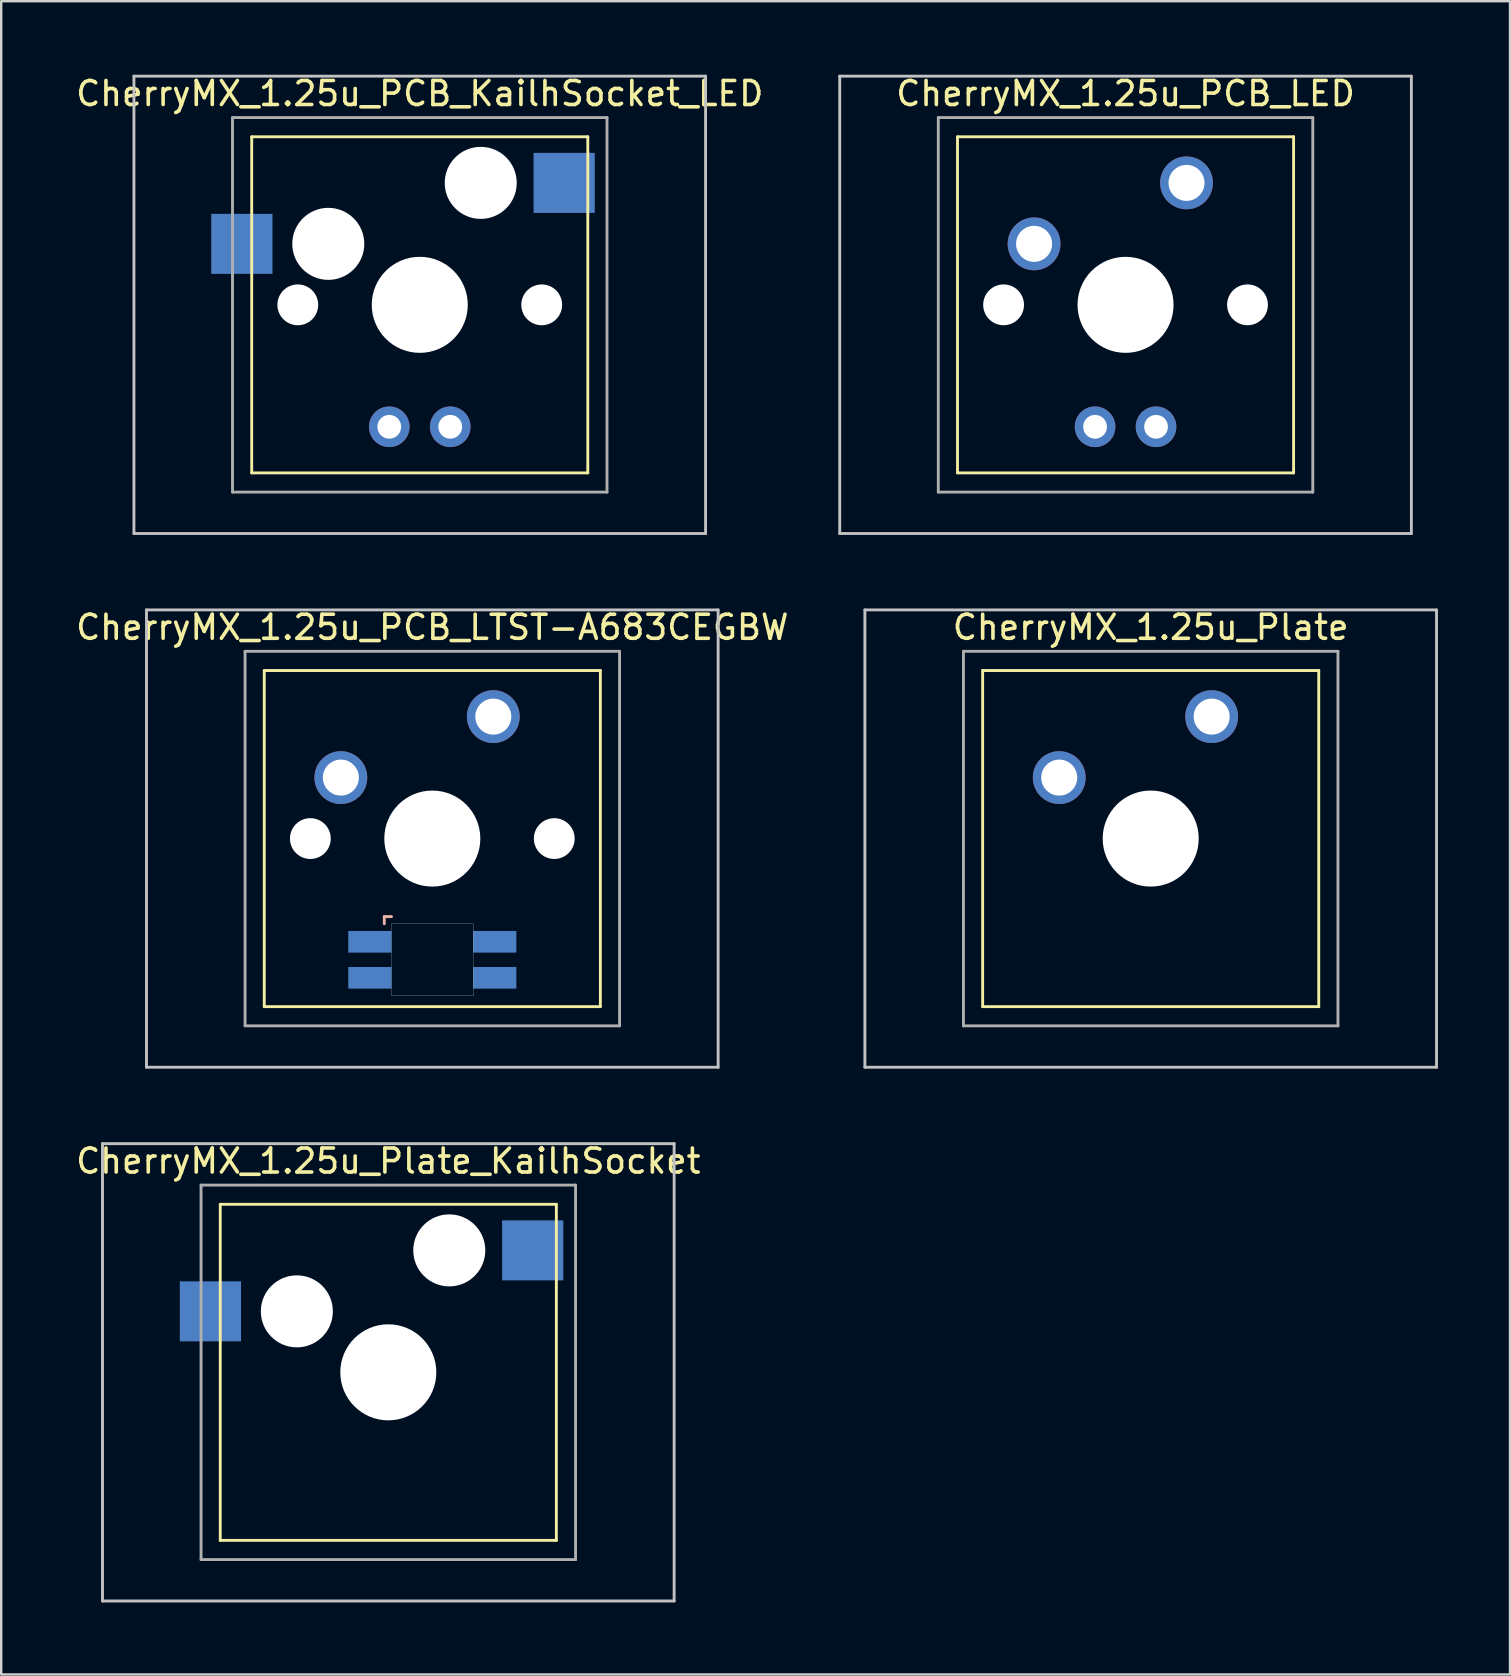
<source format=kicad_pcb>
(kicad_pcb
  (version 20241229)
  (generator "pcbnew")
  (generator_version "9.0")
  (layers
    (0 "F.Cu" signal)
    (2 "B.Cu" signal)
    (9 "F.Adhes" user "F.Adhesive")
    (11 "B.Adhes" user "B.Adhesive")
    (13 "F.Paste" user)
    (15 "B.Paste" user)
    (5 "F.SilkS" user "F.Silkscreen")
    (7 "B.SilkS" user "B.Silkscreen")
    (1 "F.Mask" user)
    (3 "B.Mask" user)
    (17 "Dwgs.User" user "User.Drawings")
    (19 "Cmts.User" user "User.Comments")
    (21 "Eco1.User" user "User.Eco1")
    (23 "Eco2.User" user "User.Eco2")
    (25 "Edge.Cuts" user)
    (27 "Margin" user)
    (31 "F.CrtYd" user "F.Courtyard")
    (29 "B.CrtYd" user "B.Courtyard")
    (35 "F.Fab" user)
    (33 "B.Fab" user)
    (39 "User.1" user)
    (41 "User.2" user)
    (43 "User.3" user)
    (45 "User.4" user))
  (footprint "CherryMX_1.25u_PCB_KailhSocket_LED"
    (layer "F.Cu")
    (at 14.435 9.648)
    (property "Reference" "CherryMX_1.25u_PCB_KailhSocket_LED" (at 0 -8.8 0) (layer "F.SilkS") (effects (font (size 1 1) (thickness 0.15))))
    (attr through_hole)
    (fp_line (start -7 -7) (end -7 7) (stroke (width 0.12) (type solid)) (layer "F.SilkS"))
    (fp_line (start -7 -7) (end 7 -7) (stroke (width 0.12) (type solid)) (layer "F.SilkS"))
    (fp_line (start 7 -7) (end 7 7) (stroke (width 0.12) (type solid)) (layer "F.SilkS"))
    (fp_line (start 7 7) (end -7 7) (stroke (width 0.12) (type solid)) (layer "F.SilkS"))
    (fp_line (start -11.906 -9.525) (end 11.906 -9.525) (stroke (width 0.12) (type solid)) (layer "Dwgs.User"))
    (fp_line (start -11.906 9.525) (end -11.906 -9.525) (stroke (width 0.12) (type solid)) (layer "Dwgs.User"))
    (fp_line (start 11.906 -9.525) (end 11.906 9.525) (stroke (width 0.12) (type solid)) (layer "Dwgs.User"))
    (fp_line (start 11.906 9.525) (end -11.906 9.525) (stroke (width 0.12) (type solid)) (layer "Dwgs.User"))
    (fp_line (start -7.8 -7.8) (end -7.8 7.8) (stroke (width 0.12) (type solid)) (layer "F.Fab"))
    (fp_line (start -7.8 -7.8) (end 7.8 -7.8) (stroke (width 0.12) (type solid)) (layer "F.Fab"))
    (fp_line (start -7.8 7.8) (end 7.8 7.8) (stroke (width 0.12) (type solid)) (layer "F.Fab"))
    (fp_line (start 7.8 -7.8) (end 7.8 7.8) (stroke (width 0.12) (type solid)) (layer "F.Fab"))
    (pad "" np_thru_hole circle (at -5.08 0) (size 1.7 1.7) (drill 1.7) (layers "*.Cu" "*.Mask"))
    (pad "" np_thru_hole circle (at -3.81 -2.54) (size 3 3) (drill 3) (layers "*.Cu" "*.Mask"))
    (pad "" np_thru_hole circle (at 0 0) (size 4 4) (drill 4) (layers "*.Cu" "*.Mask"))
    (pad "" np_thru_hole circle (at 2.54 -5.08) (size 3 3) (drill 3) (layers "*.Cu" "*.Mask"))
    (pad "" np_thru_hole circle (at 5.08 0) (size 1.7 1.7) (drill 1.7) (layers "*.Cu" "*.Mask"))
    (pad "1" smd rect (at -7.41 -2.54) (size 2.55 2.5) (layers "B.Cu" "B.Mask" "B.Paste"))
    (pad "2" smd rect (at 6.015 -5.08) (size 2.55 2.5) (layers "B.Cu" "B.Mask" "B.Paste"))
    (pad "3" thru_hole circle (at -1.27 5.08) (size 1.691 1.691) (drill 0.991) (layers "*.Cu" "*.Mask"))
    (pad "4" thru_hole circle (at 1.27 5.08) (size 1.691 1.691) (drill 0.991) (layers "*.Cu" "*.Mask")))
  (footprint "CherryMX_1.25u_Plate"
    (layer "F.Cu")
    (at 44.883 31.881)
    (property "Reference" "CherryMX_1.25u_Plate" (at 0 -8.8 0) (layer "F.SilkS") (effects (font (size 1 1) (thickness 0.15))))
    (attr through_hole)
    (fp_line (start -7 -7) (end -7 7) (stroke (width 0.12) (type solid)) (layer "F.SilkS"))
    (fp_line (start -7 -7) (end 7 -7) (stroke (width 0.12) (type solid)) (layer "F.SilkS"))
    (fp_line (start 7 -7) (end 7 7) (stroke (width 0.12) (type solid)) (layer "F.SilkS"))
    (fp_line (start 7 7) (end -7 7) (stroke (width 0.12) (type solid)) (layer "F.SilkS"))
    (fp_line (start -11.906 -9.525) (end 11.906 -9.525) (stroke (width 0.12) (type solid)) (layer "Dwgs.User"))
    (fp_line (start -11.906 9.525) (end -11.906 -9.525) (stroke (width 0.12) (type solid)) (layer "Dwgs.User"))
    (fp_line (start 11.906 -9.525) (end 11.906 9.525) (stroke (width 0.12) (type solid)) (layer "Dwgs.User"))
    (fp_line (start 11.906 9.525) (end -11.906 9.525) (stroke (width 0.12) (type solid)) (layer "Dwgs.User"))
    (fp_line (start -7.8 -7.8) (end -7.8 7.8) (stroke (width 0.12) (type solid)) (layer "F.Fab"))
    (fp_line (start -7.8 -7.8) (end 7.8 -7.8) (stroke (width 0.12) (type solid)) (layer "F.Fab"))
    (fp_line (start -7.8 7.8) (end 7.8 7.8) (stroke (width 0.12) (type solid)) (layer "F.Fab"))
    (fp_line (start 7.8 -7.8) (end 7.8 7.8) (stroke (width 0.12) (type solid)) (layer "F.Fab"))
    (pad "" np_thru_hole circle (at 0 0) (size 4 4) (drill 4) (layers "*.Cu" "*.Mask"))
    (pad "1" thru_hole circle (at -3.81 -2.54) (size 2.2 2.2) (drill 1.5) (layers "*.Cu" "*.Mask"))
    (pad "2" thru_hole circle (at 2.54 -5.08) (size 2.2 2.2) (drill 1.5) (layers "*.Cu" "*.Mask")))
  (footprint "CherryMX_1.25u_PCB_LED"
    (layer "F.Cu")
    (at 43.835 9.648)
    (property "Reference" "CherryMX_1.25u_PCB_LED" (at 0 -8.8 0) (layer "F.SilkS") (effects (font (size 1 1) (thickness 0.15))))
    (attr through_hole)
    (fp_line (start -7 -7) (end -7 7) (stroke (width 0.12) (type solid)) (layer "F.SilkS"))
    (fp_line (start -7 -7) (end 7 -7) (stroke (width 0.12) (type solid)) (layer "F.SilkS"))
    (fp_line (start 7 -7) (end 7 7) (stroke (width 0.12) (type solid)) (layer "F.SilkS"))
    (fp_line (start 7 7) (end -7 7) (stroke (width 0.12) (type solid)) (layer "F.SilkS"))
    (fp_line (start -11.906 -9.525) (end 11.906 -9.525) (stroke (width 0.12) (type solid)) (layer "Dwgs.User"))
    (fp_line (start -11.906 9.525) (end -11.906 -9.525) (stroke (width 0.12) (type solid)) (layer "Dwgs.User"))
    (fp_line (start 11.906 -9.525) (end 11.906 9.525) (stroke (width 0.12) (type solid)) (layer "Dwgs.User"))
    (fp_line (start 11.906 9.525) (end -11.906 9.525) (stroke (width 0.12) (type solid)) (layer "Dwgs.User"))
    (fp_line (start -7.8 -7.8) (end -7.8 7.8) (stroke (width 0.12) (type solid)) (layer "F.Fab"))
    (fp_line (start -7.8 -7.8) (end 7.8 -7.8) (stroke (width 0.12) (type solid)) (layer "F.Fab"))
    (fp_line (start -7.8 7.8) (end 7.8 7.8) (stroke (width 0.12) (type solid)) (layer "F.Fab"))
    (fp_line (start 7.8 -7.8) (end 7.8 7.8) (stroke (width 0.12) (type solid)) (layer "F.Fab"))
    (pad "" np_thru_hole circle (at -5.08 0) (size 1.7 1.7) (drill 1.7) (layers "*.Cu" "*.Mask"))
    (pad "" np_thru_hole circle (at 0 0) (size 4 4) (drill 4) (layers "*.Cu" "*.Mask"))
    (pad "" np_thru_hole circle (at 5.08 0) (size 1.7 1.7) (drill 1.7) (layers "*.Cu" "*.Mask"))
    (pad "1" thru_hole circle (at -3.81 -2.54) (size 2.2 2.2) (drill 1.5) (layers "*.Cu" "*.Mask"))
    (pad "2" thru_hole circle (at 2.54 -5.08) (size 2.2 2.2) (drill 1.5) (layers "*.Cu" "*.Mask"))
    (pad "3" thru_hole circle (at -1.27 5.08) (size 1.691 1.691) (drill 0.991) (layers "*.Cu" "*.Mask"))
    (pad "4" thru_hole circle (at 1.27 5.08) (size 1.691 1.691) (drill 0.991) (layers "*.Cu" "*.Mask")))
  (footprint "CherryMX_1.25u_PCB_LTST-A683CEGBW"
    (layer "F.Cu")
    (at 14.958 31.881)
    (property "Reference" "CherryMX_1.25u_PCB_LTST-A683CEGBW" (at 0 -8.8 0) (layer "F.SilkS") (effects (font (size 1 1) (thickness 0.15))))
    (attr through_hole)
    (fp_line (start -7 -7) (end -7 7) (stroke (width 0.12) (type solid)) (layer "F.SilkS"))
    (fp_line (start -7 -7) (end 7 -7) (stroke (width 0.12) (type solid)) (layer "F.SilkS"))
    (fp_line (start 7 -7) (end 7 7) (stroke (width 0.12) (type solid)) (layer "F.SilkS"))
    (fp_line (start 7 7) (end -7 7) (stroke (width 0.12) (type solid)) (layer "F.SilkS"))
    (fp_line (start -2 3.25) (end -2 3.55) (stroke (width 0.12) (type solid)) (layer "B.SilkS"))
    (fp_line (start -1.7 3.25) (end -2 3.25) (stroke (width 0.12) (type solid)) (layer "B.SilkS"))
    (fp_line (start -11.906 -9.525) (end 11.906 -9.525) (stroke (width 0.12) (type solid)) (layer "Dwgs.User"))
    (fp_line (start -11.906 9.525) (end -11.906 -9.525) (stroke (width 0.12) (type solid)) (layer "Dwgs.User"))
    (fp_line (start 11.906 -9.525) (end 11.906 9.525) (stroke (width 0.12) (type solid)) (layer "Dwgs.User"))
    (fp_line (start 11.906 9.525) (end -11.906 9.525) (stroke (width 0.12) (type solid)) (layer "Dwgs.User"))
    (fp_poly (pts (xy 1.7 6.55) (xy -1.7 6.55) (xy -1.7 3.55) (xy 1.7 3.55)) (stroke (width 0.01) (type solid)) (fill no) (layer "Edge.Cuts"))
    (fp_line (start -7.8 -7.8) (end -7.8 7.8) (stroke (width 0.12) (type solid)) (layer "F.Fab"))
    (fp_line (start -7.8 -7.8) (end 7.8 -7.8) (stroke (width 0.12) (type solid)) (layer "F.Fab"))
    (fp_line (start -7.8 7.8) (end 7.8 7.8) (stroke (width 0.12) (type solid)) (layer "F.Fab"))
    (fp_line (start 7.8 -7.8) (end 7.8 7.8) (stroke (width 0.12) (type solid)) (layer "F.Fab"))
    (pad "" np_thru_hole circle (at -5.08 0) (size 1.7 1.7) (drill 1.7) (layers "*.Cu" "*.Mask"))
    (pad "" np_thru_hole circle (at 0 0) (size 4 4) (drill 4) (layers "*.Cu" "*.Mask"))
    (pad "" np_thru_hole circle (at 5.08 0) (size 1.7 1.7) (drill 1.7) (layers "*.Cu" "*.Mask"))
    (pad "1" thru_hole circle (at -3.81 -2.54) (size 2.2 2.2) (drill 1.5) (layers "*.Cu" "*.Mask"))
    (pad "2" thru_hole circle (at 2.54 -5.08) (size 2.2 2.2) (drill 1.5) (layers "*.Cu" "*.Mask"))
    (pad "3" smd rect (at -2.6 4.3) (size 1.8 0.9) (layers "B.Cu" "B.Mask" "B.Paste"))
    (pad "4" smd rect (at -2.6 5.8) (size 1.8 0.9) (layers "B.Cu" "B.Mask" "B.Paste"))
    (pad "5" smd rect (at 2.6 4.3) (size 1.8 0.9) (layers "B.Cu" "B.Mask" "B.Paste"))
    (pad "6" smd rect (at 2.6 5.8) (size 1.8 0.9) (layers "B.Cu" "B.Mask" "B.Paste")))
  (footprint "CherryMX_1.25u_Plate_KailhSocket"
    (layer "F.Cu")
    (at 13.125 54.115)
    (property "Reference" "CherryMX_1.25u_Plate_KailhSocket" (at 0 -8.8 0) (layer "F.SilkS") (effects (font (size 1 1) (thickness 0.15))))
    (attr through_hole)
    (fp_line (start -7 -7) (end -7 7) (stroke (width 0.12) (type solid)) (layer "F.SilkS"))
    (fp_line (start -7 -7) (end 7 -7) (stroke (width 0.12) (type solid)) (layer "F.SilkS"))
    (fp_line (start 7 -7) (end 7 7) (stroke (width 0.12) (type solid)) (layer "F.SilkS"))
    (fp_line (start 7 7) (end -7 7) (stroke (width 0.12) (type solid)) (layer "F.SilkS"))
    (fp_line (start -11.906 -9.525) (end 11.906 -9.525) (stroke (width 0.12) (type solid)) (layer "Dwgs.User"))
    (fp_line (start -11.906 9.525) (end -11.906 -9.525) (stroke (width 0.12) (type solid)) (layer "Dwgs.User"))
    (fp_line (start 11.906 -9.525) (end 11.906 9.525) (stroke (width 0.12) (type solid)) (layer "Dwgs.User"))
    (fp_line (start 11.906 9.525) (end -11.906 9.525) (stroke (width 0.12) (type solid)) (layer "Dwgs.User"))
    (fp_line (start -7.8 -7.8) (end -7.8 7.8) (stroke (width 0.12) (type solid)) (layer "F.Fab"))
    (fp_line (start -7.8 -7.8) (end 7.8 -7.8) (stroke (width 0.12) (type solid)) (layer "F.Fab"))
    (fp_line (start -7.8 7.8) (end 7.8 7.8) (stroke (width 0.12) (type solid)) (layer "F.Fab"))
    (fp_line (start 7.8 -7.8) (end 7.8 7.8) (stroke (width 0.12) (type solid)) (layer "F.Fab"))
    (pad "" np_thru_hole circle (at -3.81 -2.54) (size 3 3) (drill 3) (layers "*.Cu" "*.Mask"))
    (pad "" np_thru_hole circle (at 0 0) (size 4 4) (drill 4) (layers "*.Cu" "*.Mask"))
    (pad "" np_thru_hole circle (at 2.54 -5.08) (size 3 3) (drill 3) (layers "*.Cu" "*.Mask"))
    (pad "1" smd rect (at -7.41 -2.54) (size 2.55 2.5) (layers "B.Cu" "B.Mask" "B.Paste"))
    (pad "2" smd rect (at 6.015 -5.08) (size 2.55 2.5) (layers "B.Cu" "B.Mask" "B.Paste")))
  (gr_rect
    (start -3 -3)
    (end 59.849 66.7)
    (stroke (width 0.1) (type default))
    (fill no)
    (layer "Edge.Cuts")))
</source>
